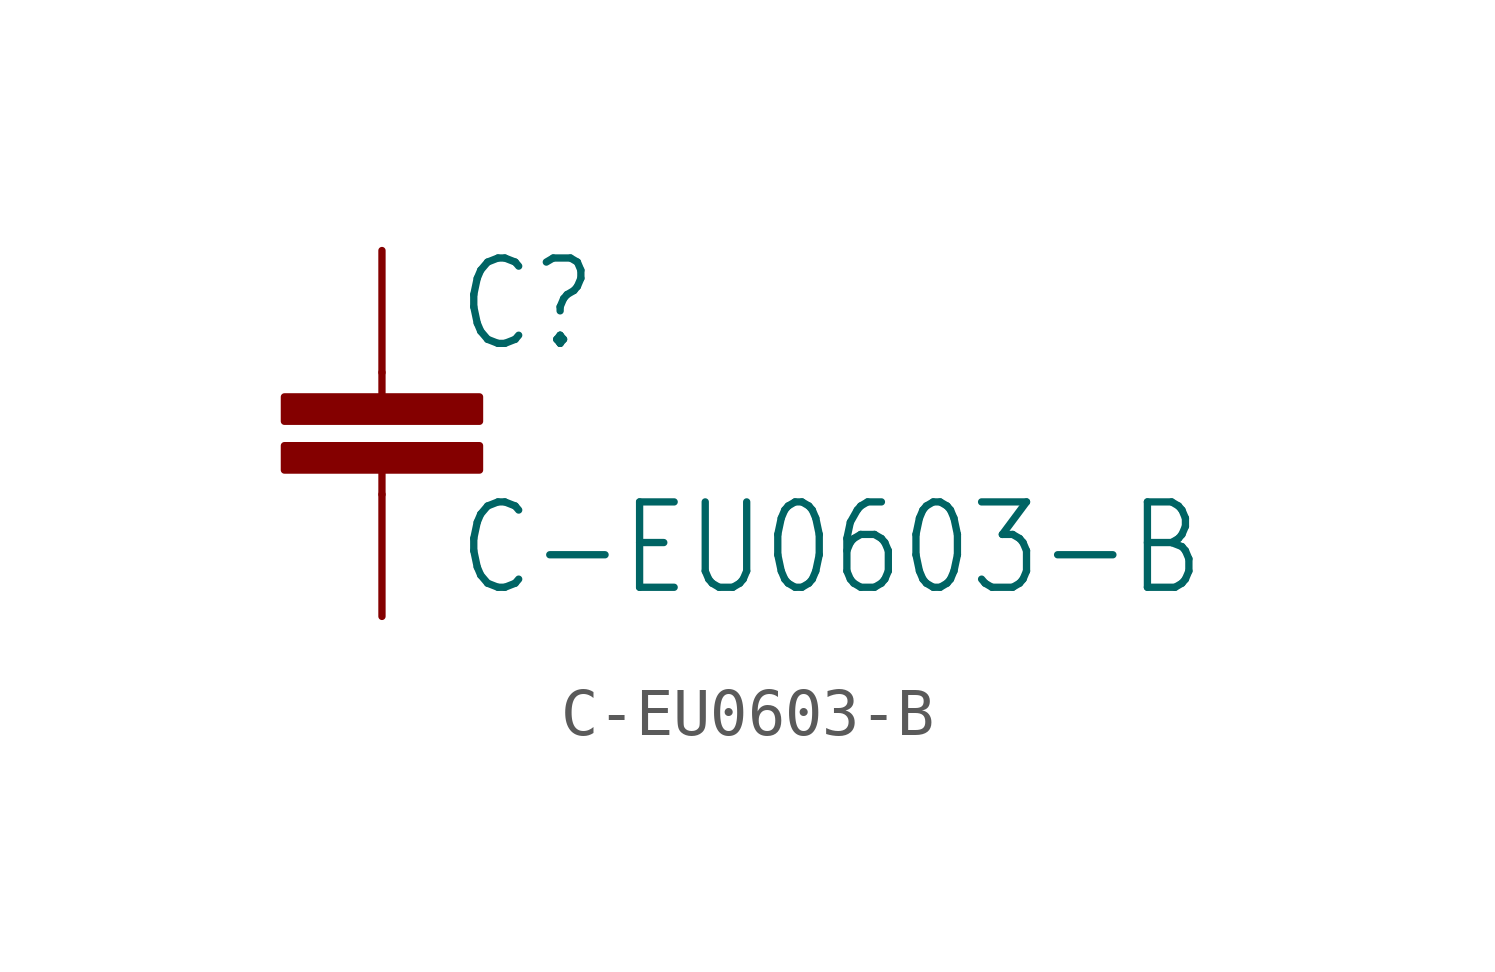
<source format=kicad_sym>
(kicad_symbol_lib
  (version 20201005)
  (generator kicad_symbol_editor)
  (symbol "pirt:C-EU0603-B"
    (property "Reference" "C"
      (at 1.524 0.381 0)
      (effects (font (size 1.778 1.511)) (justify left bottom)))
    (property "Value" "C-EU0603-B"
      (at 1.524 -4.699 0)
      (effects (font (size 1.778 1.511)) (justify left bottom)))
    (property "ki_locked" ""
      (at 0 0 0)
      (effects (font (size 1.27 1.27))))
    (symbol "C-EU0603-B_1_0"
      (rectangle (start -2.032 -2.032) (end 2.032 -1.524) (stroke (width 0)) (fill (type outline)))
      (rectangle (start -2.032 -1.016) (end 2.032 -0.508) (stroke (width 0)) (fill (type outline)))
      (polyline (pts (xy 0 -2.54) (xy 0 -2.032)) (stroke (width 0.152)) (fill (type none)))
      (polyline (pts (xy 0 0) (xy 0 -0.508)) (stroke (width 0.152)) (fill (type none)))
      (pin passive line (at 0 2.54 270) (length 2.54) (name "1" (effects (font (size 0 0)))) (number "1" (effects (font (size 0 0)))))
      (pin passive line (at 0 -5.08 90) (length 2.54) (name "2" (effects (font (size 0 0)))) (number "2" (effects (font (size 0 0))))))))
</source>
